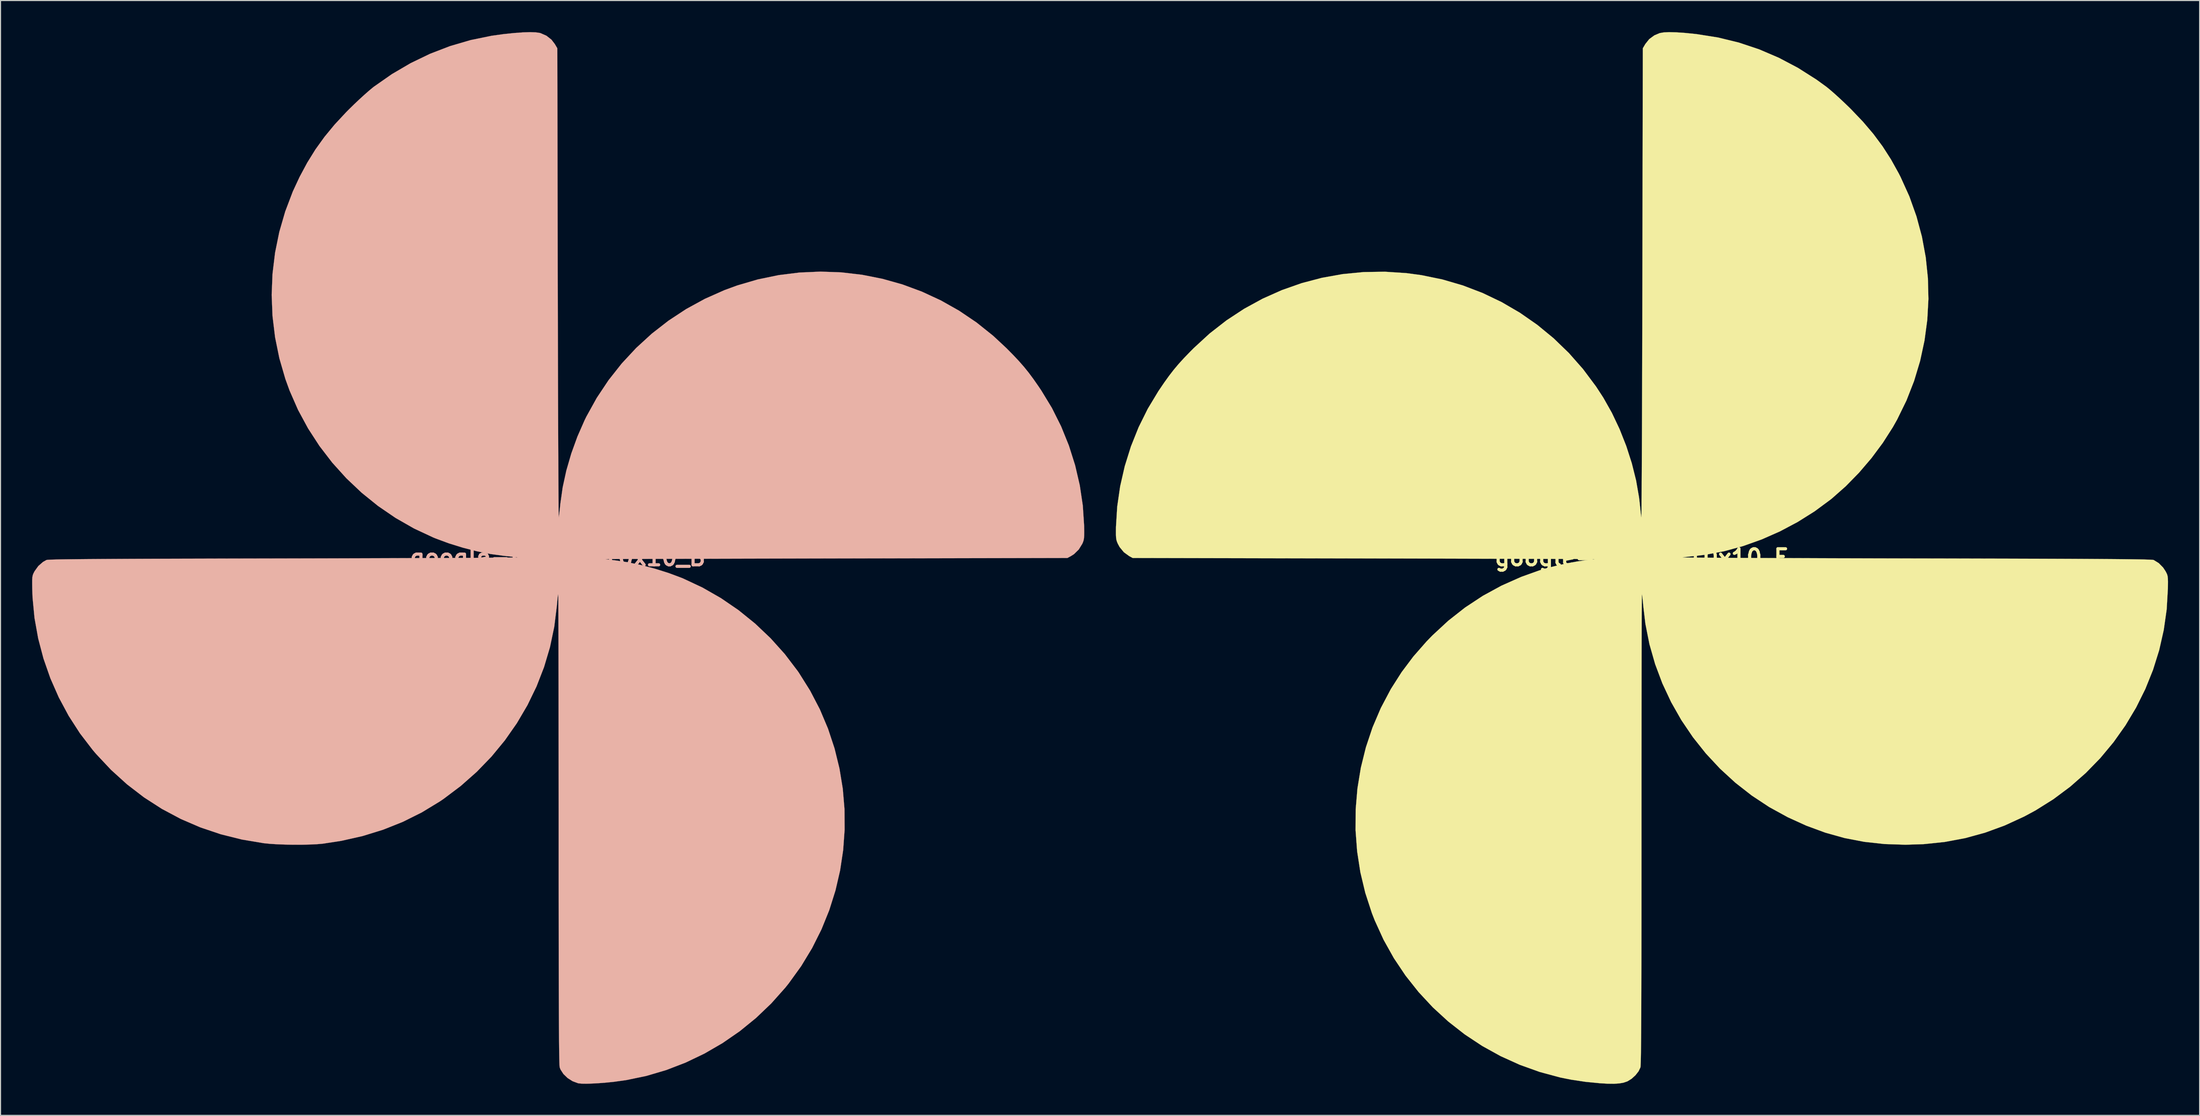
<source format=kicad_pcb>
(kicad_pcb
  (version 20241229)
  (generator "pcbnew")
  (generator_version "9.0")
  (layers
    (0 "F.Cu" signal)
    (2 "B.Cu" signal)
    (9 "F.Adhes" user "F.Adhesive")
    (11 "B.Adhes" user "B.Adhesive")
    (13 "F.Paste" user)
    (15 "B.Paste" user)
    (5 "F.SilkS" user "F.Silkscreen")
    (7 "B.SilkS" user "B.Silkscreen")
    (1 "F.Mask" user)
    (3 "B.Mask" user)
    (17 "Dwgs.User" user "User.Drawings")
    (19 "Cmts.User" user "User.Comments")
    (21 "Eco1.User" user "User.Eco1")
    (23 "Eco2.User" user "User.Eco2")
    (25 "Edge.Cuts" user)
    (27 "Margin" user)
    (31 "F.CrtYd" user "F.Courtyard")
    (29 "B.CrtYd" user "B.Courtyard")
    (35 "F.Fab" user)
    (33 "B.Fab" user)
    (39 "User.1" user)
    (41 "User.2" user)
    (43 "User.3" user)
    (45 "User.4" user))
  (footprint "google-photos_10x10_F"
    (layer "F.Cu")
    (at 152.789 49.925)
    (property "Reference" "google-photos_10x10_F" (at 0 0 0) (layer "F.SilkS") (effects (font (size 1.524 1.524) (thickness 0.3))))
    (attr through_hole)
    (fp_poly (pts (xy 3.302 -49.903) (xy 4.13 -49.847) (xy 5.099 -49.749) (xy 5.249 -49.732) (xy 7.266 -49.413) (xy 9.24 -48.931) (xy 11.167 -48.288) (xy 13.04 -47.486) (xy 14.855 -46.528) (xy 16.605 -45.416) (xy 17.544 -44.736) (xy 17.861 -44.479) (xy 18.266 -44.129) (xy 18.727 -43.713) (xy 19.214 -43.258) (xy 19.696 -42.794) (xy 19.902 -42.59) (xy 21.025 -41.413) (xy 22.013 -40.251) (xy 22.891 -39.068) (xy 23.687 -37.829) (xy 24.426 -36.497) (xy 24.597 -36.162) (xy 25.431 -34.317) (xy 26.106 -32.422) (xy 26.625 -30.49) (xy 26.987 -28.53) (xy 27.192 -26.553) (xy 27.242 -24.57) (xy 27.135 -22.59) (xy 26.872 -20.624) (xy 26.455 -18.683) (xy 25.882 -16.777) (xy 25.155 -14.917) (xy 24.273 -13.112) (xy 23.866 -12.388) (xy 22.914 -10.898) (xy 21.834 -9.444) (xy 20.65 -8.058) (xy 19.393 -6.773) (xy 18.089 -5.621) (xy 17.949 -5.508) (xy 16.432 -4.387) (xy 14.822 -3.376) (xy 13.141 -2.484) (xy 11.407 -1.719) (xy 9.641 -1.089) (xy 7.863 -0.604) (xy 6.093 -0.271) (xy 5.207 -0.163) (xy 4.782 -0.12) (xy 4.377 -0.075) (xy 4.047 -0.035) (xy 3.895 -0.015) (xy 3.945 -0.01) (xy 4.158 -0.004) (xy 4.527 0.001) (xy 5.044 0.007) (xy 5.704 0.012) (xy 6.499 0.018) (xy 7.422 0.024) (xy 8.467 0.03) (xy 9.627 0.035) (xy 10.895 0.041) (xy 12.265 0.047) (xy 13.728 0.052) (xy 15.28 0.057) (xy 16.912 0.063) (xy 18.618 0.068) (xy 20.392 0.072) (xy 22.226 0.077) (xy 24.114 0.081) (xy 25.95 0.085) (xy 28.335 0.089) (xy 30.557 0.094) (xy 32.619 0.099) (xy 34.528 0.103) (xy 36.288 0.108) (xy 37.906 0.113) (xy 39.385 0.118) (xy 40.733 0.123) (xy 41.953 0.129) (xy 43.051 0.135) (xy 44.032 0.141) (xy 44.902 0.147) (xy 45.666 0.154) (xy 46.33 0.161) (xy 46.897 0.169) (xy 47.374 0.177) (xy 47.766 0.185) (xy 48.079 0.195) (xy 48.317 0.204) (xy 48.485 0.215) (xy 48.59 0.226) (xy 48.632 0.235) (xy 49.109 0.53) (xy 49.524 0.951) (xy 49.746 1.285) (xy 49.844 1.467) (xy 49.912 1.623) (xy 49.954 1.789) (xy 49.976 2.001) (xy 49.984 2.293) (xy 49.98 2.703) (xy 49.976 2.947) (xy 49.862 4.929) (xy 49.584 6.885) (xy 49.15 8.804) (xy 48.564 10.677) (xy 47.832 12.497) (xy 46.96 14.253) (xy 45.954 15.938) (xy 44.819 17.541) (xy 43.561 19.054) (xy 42.185 20.468) (xy 40.698 21.774) (xy 39.104 22.963) (xy 37.41 24.026) (xy 36.337 24.605) (xy 34.496 25.453) (xy 32.631 26.137) (xy 30.732 26.66) (xy 28.787 27.024) (xy 26.786 27.232) (xy 25.061 27.287) (xy 23.066 27.221) (xy 21.148 27.011) (xy 19.285 26.653) (xy 17.458 26.142) (xy 15.645 25.474) (xy 13.89 24.675) (xy 12.134 23.711) (xy 10.472 22.614) (xy 8.91 21.393) (xy 7.454 20.056) (xy 6.111 18.613) (xy 4.886 17.073) (xy 3.785 15.445) (xy 2.816 13.738) (xy 1.984 11.961) (xy 1.295 10.123) (xy 0.756 8.233) (xy 0.373 6.301) (xy 0.171 4.596) (xy 0.135 4.189) (xy 0.099 3.846) (xy 0.068 3.601) (xy 0.044 3.488) (xy 0.042 3.485) (xy 0.039 3.565) (xy 0.035 3.807) (xy 0.031 4.205) (xy 0.028 4.751) (xy 0.025 5.438) (xy 0.022 6.261) (xy 0.019 7.21) (xy 0.016 8.28) (xy 0.013 9.464) (xy 0.011 10.755) (xy 0.009 12.145) (xy 0.007 13.628) (xy 0.005 15.197) (xy 0.004 16.845) (xy 0.002 18.564) (xy 0.001 20.349) (xy 0.001 22.191) (xy 0.000121 24.084) (xy 0 25.778) (xy -0.000179 28.211) (xy -0.001 30.479) (xy -0.002 32.587) (xy -0.003 34.539) (xy -0.005 36.341) (xy -0.007 37.997) (xy -0.01 39.511) (xy -0.013 40.888) (xy -0.017 42.133) (xy -0.021 43.251) (xy -0.026 44.246) (xy -0.031 45.122) (xy -0.037 45.885) (xy -0.044 46.539) (xy -0.051 47.089) (xy -0.059 47.539) (xy -0.067 47.894) (xy -0.077 48.159) (xy -0.087 48.338) (xy -0.098 48.436) (xy -0.101 48.449) (xy -0.277 48.816) (xy -0.569 49.188) (xy -0.931 49.518) (xy -1.316 49.759) (xy -1.36 49.778) (xy -1.699 49.893) (xy -2.103 49.965) (xy -2.596 49.998) (xy -3.203 49.992) (xy -3.933 49.95) (xy -5.317 49.814) (xy -6.679 49.609) (xy -7.705 49.404) (xy -9.661 48.877) (xy -11.554 48.197) (xy -13.377 47.371) (xy -15.122 46.405) (xy -16.781 45.307) (xy -18.346 44.082) (xy -19.809 42.739) (xy -21.162 41.283) (xy -22.398 39.723) (xy -23.509 38.063) (xy -24.487 36.312) (xy -25.324 34.477) (xy -25.595 33.782) (xy -26.222 31.859) (xy -26.689 29.901) (xy -26.995 27.918) (xy -27.143 25.923) (xy -27.133 23.925) (xy -26.966 21.937) (xy -26.643 19.969) (xy -26.165 18.033) (xy -25.533 16.139) (xy -24.748 14.299) (xy -23.81 12.523) (xy -23.781 12.473) (xy -22.775 10.892) (xy -21.662 9.407) (xy -20.416 7.984) (xy -19.855 7.405) (xy -18.345 6.006) (xy -16.751 4.752) (xy -15.068 3.641) (xy -13.292 2.671) (xy -11.419 1.838) (xy -9.715 1.227) (xy -8.872 0.978) (xy -7.943 0.743) (xy -6.988 0.534) (xy -6.069 0.366) (xy -5.292 0.257) (xy -4.944 0.217) (xy -4.659 0.181) (xy -4.48 0.156) (xy -4.445 0.149) (xy -4.521 0.147) (xy -4.759 0.145) (xy -5.153 0.142) (xy -5.695 0.14) (xy -6.379 0.137) (xy -7.196 0.133) (xy -8.141 0.13) (xy -9.207 0.127) (xy -10.385 0.123) (xy -11.67 0.119) (xy -13.055 0.115) (xy -14.531 0.112) (xy -16.093 0.108) (xy -17.734 0.104) (xy -19.445 0.1) (xy -21.221 0.096) (xy -23.055 0.092) (xy -24.938 0.088) (xy -26.331 0.085) (xy -48.302 0.042) (xy -48.641 -0.141) (xy -49.141 -0.505) (xy -49.544 -0.995) (xy -49.716 -1.312) (xy -49.795 -1.497) (xy -49.848 -1.674) (xy -49.879 -1.88) (xy -49.894 -2.152) (xy -49.895 -2.527) (xy -49.89 -2.921) (xy -49.772 -4.843) (xy -49.493 -6.769) (xy -49.057 -8.68) (xy -48.471 -10.557) (xy -47.741 -12.382) (xy -46.872 -14.136) (xy -45.87 -15.8) (xy -45.82 -15.875) (xy -45.315 -16.619) (xy -44.857 -17.258) (xy -44.413 -17.833) (xy -43.953 -18.381) (xy -43.444 -18.941) (xy -42.854 -19.552) (xy -42.509 -19.899) (xy -41.001 -21.286) (xy -39.402 -22.533) (xy -37.72 -23.638) (xy -35.964 -24.598) (xy -34.142 -25.41) (xy -32.264 -26.072) (xy -30.337 -26.58) (xy -28.371 -26.932) (xy -26.374 -27.126) (xy -24.354 -27.157) (xy -22.32 -27.025) (xy -20.9 -26.834) (xy -18.903 -26.424) (xy -16.961 -25.856) (xy -15.081 -25.136) (xy -13.272 -24.269) (xy -11.541 -23.259) (xy -9.895 -22.113) (xy -8.343 -20.836) (xy -6.891 -19.431) (xy -5.548 -17.906) (xy -4.321 -16.263) (xy -3.62 -15.187) (xy -2.807 -13.744) (xy -2.078 -12.203) (xy -1.444 -10.597) (xy -0.918 -8.959) (xy -0.51 -7.325) (xy -0.233 -5.728) (xy -0.163 -5.122) (xy -0.12 -4.697) (xy -0.075 -4.292) (xy -0.035 -3.963) (xy -0.015 -3.81) (xy -0.01 -3.86) (xy -0.004 -4.073) (xy 0.001 -4.442) (xy 0.007 -4.96) (xy 0.012 -5.619) (xy 0.018 -6.414) (xy 0.024 -7.338) (xy 0.03 -8.383) (xy 0.035 -9.543) (xy 0.041 -10.812) (xy 0.047 -12.182) (xy 0.052 -13.646) (xy 0.057 -15.198) (xy 0.063 -16.831) (xy 0.068 -18.538) (xy 0.072 -20.312) (xy 0.077 -22.147) (xy 0.081 -24.036) (xy 0.085 -25.908) (xy 0.127 -48.387) (xy 0.365 -48.793) (xy 0.733 -49.256) (xy 1.221 -49.615) (xy 1.728 -49.83) (xy 2.096 -49.895) (xy 2.622 -49.92) (xy 3.302 -49.903)) (stroke (width 0.01) (type solid)) (fill yes) (layer "F.SilkS")))
  (footprint "google-photos_10x10_B"
    (layer "F.Cu")
    (at 49.903 49.925)
    (property "Reference" "google-photos_10x10_B" (at 0 0 0) (layer "B.SilkS") (effects (font (size 1.524 1.524) (thickness 0.3))))
    (attr through_hole)
    (fp_poly (pts (xy -2.077 -49.901) (xy -1.686 -49.842) (xy -1.644 -49.83) (xy -1.074 -49.58) (xy -0.599 -49.207) (xy -0.281 -48.793) (xy -0.042 -48.387) (xy 0 -25.908) (xy 0.004 -23.974) (xy 0.008 -22.087) (xy 0.013 -20.254) (xy 0.017 -18.482) (xy 0.022 -16.777) (xy 0.027 -15.146) (xy 0.033 -13.597) (xy 0.038 -12.136) (xy 0.044 -10.769) (xy 0.05 -9.504) (xy 0.055 -8.348) (xy 0.061 -7.306) (xy 0.067 -6.387) (xy 0.073 -5.596) (xy 0.078 -4.941) (xy 0.084 -4.428) (xy 0.089 -4.064) (xy 0.094 -3.856) (xy 0.099 -3.81) (xy 0.132 -4.056) (xy 0.174 -4.415) (xy 0.219 -4.832) (xy 0.248 -5.122) (xy 0.466 -6.669) (xy 0.815 -8.271) (xy 1.285 -9.89) (xy 1.865 -11.492) (xy 2.544 -13.039) (xy 2.714 -13.387) (xy 3.701 -15.169) (xy 4.823 -16.855) (xy 6.074 -18.439) (xy 7.444 -19.913) (xy 8.927 -21.272) (xy 10.513 -22.507) (xy 12.195 -23.613) (xy 13.965 -24.581) (xy 15.815 -25.404) (xy 17.034 -25.852) (xy 18.994 -26.426) (xy 20.973 -26.835) (xy 22.961 -27.082) (xy 24.949 -27.168) (xy 26.928 -27.096) (xy 28.888 -26.868) (xy 30.821 -26.485) (xy 32.718 -25.951) (xy 34.569 -25.266) (xy 36.365 -24.434) (xy 38.098 -23.456) (xy 39.757 -22.335) (xy 41.335 -21.072) (xy 42.594 -19.899) (xy 43.237 -19.247) (xy 43.784 -18.665) (xy 44.266 -18.115) (xy 44.714 -17.559) (xy 45.16 -16.958) (xy 45.637 -16.273) (xy 45.905 -15.875) (xy 46.913 -14.215) (xy 47.788 -12.465) (xy 48.525 -10.643) (xy 49.118 -8.768) (xy 49.561 -6.859) (xy 49.848 -4.933) (xy 49.973 -3.01) (xy 49.974 -2.921) (xy 49.981 -2.438) (xy 49.977 -2.087) (xy 49.959 -1.832) (xy 49.923 -1.635) (xy 49.865 -1.46) (xy 49.801 -1.312) (xy 49.463 -0.764) (xy 49.014 -0.326) (xy 48.726 -0.141) (xy 48.387 0.042) (xy 26.416 0.085) (xy 24.5 0.089) (xy 22.63 0.093) (xy 20.812 0.097) (xy 19.053 0.101) (xy 17.36 0.105) (xy 15.74 0.109) (xy 14.201 0.113) (xy 12.749 0.116) (xy 11.391 0.12) (xy 10.135 0.124) (xy 8.987 0.128) (xy 7.954 0.131) (xy 7.043 0.134) (xy 6.262 0.138) (xy 5.616 0.14) (xy 5.114 0.143) (xy 4.763 0.146) (xy 4.568 0.148) (xy 4.53 0.149) (xy 4.647 0.168) (xy 4.89 0.199) (xy 5.214 0.239) (xy 5.376 0.257) (xy 6.591 0.438) (xy 7.887 0.709) (xy 9.212 1.056) (xy 10.514 1.466) (xy 11.739 1.923) (xy 11.911 1.994) (xy 13.736 2.85) (xy 15.489 3.854) (xy 17.16 4.998) (xy 18.735 6.272) (xy 20.204 7.666) (xy 21.555 9.171) (xy 22.776 10.777) (xy 22.877 10.922) (xy 23.957 12.643) (xy 24.884 14.424) (xy 25.657 16.257) (xy 26.277 18.131) (xy 26.744 20.038) (xy 27.06 21.967) (xy 27.223 23.91) (xy 27.235 25.858) (xy 27.096 27.8) (xy 26.806 29.728) (xy 26.366 31.631) (xy 25.777 33.502) (xy 25.037 35.33) (xy 24.149 37.105) (xy 23.112 38.819) (xy 21.927 40.462) (xy 21.603 40.867) (xy 20.272 42.363) (xy 18.828 43.743) (xy 17.282 45.002) (xy 15.644 46.133) (xy 13.926 47.13) (xy 12.139 47.986) (xy 10.295 48.697) (xy 8.405 49.255) (xy 6.479 49.655) (xy 5.286 49.819) (xy 4.575 49.89) (xy 3.892 49.943) (xy 3.265 49.978) (xy 2.72 49.993) (xy 2.282 49.987) (xy 1.979 49.959) (xy 1.925 49.948) (xy 1.405 49.755) (xy 0.93 49.452) (xy 0.537 49.072) (xy 0.261 48.645) (xy 0.184 48.446) (xy 0.173 48.368) (xy 0.163 48.206) (xy 0.154 47.957) (xy 0.145 47.615) (xy 0.137 47.175) (xy 0.13 46.635) (xy 0.123 45.988) (xy 0.117 45.23) (xy 0.111 44.358) (xy 0.106 43.365) (xy 0.102 42.249) (xy 0.098 41.004) (xy 0.095 39.626) (xy 0.092 38.11) (xy 0.09 36.452) (xy 0.088 34.648) (xy 0.086 32.692) (xy 0.085 30.581) (xy 0.085 28.309) (xy 0.085 25.873) (xy 0.085 25.778) (xy 0.085 23.846) (xy 0.084 21.959) (xy 0.083 20.123) (xy 0.082 18.346) (xy 0.081 16.635) (xy 0.079 14.997) (xy 0.078 13.439) (xy 0.076 11.967) (xy 0.073 10.588) (xy 0.071 9.311) (xy 0.068 8.141) (xy 0.065 7.085) (xy 0.062 6.151) (xy 0.059 5.345) (xy 0.056 4.675) (xy 0.053 4.147) (xy 0.049 3.768) (xy 0.046 3.546) (xy 0.042 3.485) (xy 0.02 3.581) (xy -0.011 3.812) (xy -0.046 4.145) (xy -0.082 4.547) (xy -0.086 4.596) (xy -0.331 6.571) (xy -0.737 8.511) (xy -1.3 10.405) (xy -2.015 12.247) (xy -2.877 14.026) (xy -3.88 15.736) (xy -5.019 17.366) (xy -6.29 18.91) (xy -7.688 20.357) (xy -9.206 21.7) (xy -10.84 22.931) (xy -11.205 23.179) (xy -12.908 24.215) (xy -14.701 25.109) (xy -16.578 25.859) (xy -18.535 26.464) (xy -20.564 26.921) (xy -22.31 27.188) (xy -22.854 27.236) (xy -23.525 27.268) (xy -24.282 27.285) (xy -25.084 27.286) (xy -25.89 27.272) (xy -26.658 27.243) (xy -27.347 27.199) (xy -27.898 27.144) (xy -29.977 26.796) (xy -31.988 26.294) (xy -33.929 25.64) (xy -35.793 24.836) (xy -37.578 23.885) (xy -39.279 22.789) (xy -40.892 21.55) (xy -42.412 20.171) (xy -43.836 18.654) (xy -44.155 18.279) (xy -45.358 16.709) (xy -46.433 15.041) (xy -47.372 13.29) (xy -48.172 11.47) (xy -48.826 9.596) (xy -49.329 7.682) (xy -49.677 5.742) (xy -49.863 3.79) (xy -49.892 2.947) (xy -49.898 2.47) (xy -49.897 2.126) (xy -49.882 1.881) (xy -49.85 1.698) (xy -49.795 1.542) (xy -49.712 1.376) (xy -49.661 1.285) (xy -49.314 0.804) (xy -48.875 0.419) (xy -48.547 0.235) (xy -48.492 0.224) (xy -48.378 0.213) (xy -48.198 0.203) (xy -47.949 0.193) (xy -47.624 0.184) (xy -47.218 0.175) (xy -46.727 0.167) (xy -46.144 0.16) (xy -45.465 0.153) (xy -44.685 0.146) (xy -43.797 0.14) (xy -42.797 0.134) (xy -41.679 0.128) (xy -40.439 0.122) (xy -39.071 0.117) (xy -37.569 0.112) (xy -35.929 0.107) (xy -34.145 0.103) (xy -32.211 0.098) (xy -30.124 0.093) (xy -27.877 0.089) (xy -25.866 0.085) (xy -23.933 0.081) (xy -22.048 0.077) (xy -20.217 0.072) (xy -18.447 0.067) (xy -16.744 0.062) (xy -15.115 0.057) (xy -13.568 0.052) (xy -12.109 0.046) (xy -10.745 0.041) (xy -9.482 0.035) (xy -8.327 0.029) (xy -7.288 0.024) (xy -6.371 0.018) (xy -5.583 0.012) (xy -4.93 0.006) (xy -4.42 0.001) (xy -4.059 -0.005) (xy -3.854 -0.01) (xy -3.81 -0.015) (xy -4.056 -0.047) (xy -4.415 -0.089) (xy -4.832 -0.134) (xy -5.122 -0.163) (xy -6.351 -0.33) (xy -7.662 -0.592) (xy -9.006 -0.935) (xy -10.336 -1.348) (xy -11.603 -1.817) (xy -11.826 -1.909) (xy -13.654 -2.765) (xy -15.4 -3.764) (xy -17.056 -4.896) (xy -18.614 -6.154) (xy -20.066 -7.528) (xy -21.404 -9.011) (xy -22.62 -10.594) (xy -23.706 -12.269) (xy -24.656 -14.026) (xy -25.459 -15.859) (xy -25.861 -16.967) (xy -26.431 -18.933) (xy -26.837 -20.926) (xy -27.08 -22.936) (xy -27.161 -24.953) (xy -27.08 -26.966) (xy -26.838 -28.966) (xy -26.436 -30.942) (xy -25.874 -32.883) (xy -25.154 -34.781) (xy -24.512 -36.162) (xy -23.783 -37.522) (xy -23.003 -38.78) (xy -22.146 -39.972) (xy -21.187 -41.136) (xy -20.099 -42.306) (xy -19.818 -42.59) (xy -19.348 -43.05) (xy -18.859 -43.513) (xy -18.383 -43.949) (xy -17.949 -44.332) (xy -17.588 -44.634) (xy -17.459 -44.736) (xy -15.747 -45.932) (xy -13.967 -46.975) (xy -12.125 -47.864) (xy -10.227 -48.595) (xy -8.279 -49.166) (xy -6.285 -49.576) (xy -5.165 -49.732) (xy -4.175 -49.835) (xy -3.327 -49.898) (xy -2.626 -49.92) (xy -2.077 -49.901)) (stroke (width 0.01) (type solid)) (fill yes) (layer "B.SilkS")))
  (gr_rect
    (start -3 -3)
    (end 205.778 102.928)
    (stroke (width 0.1) (type default))
    (fill no)
    (layer "Edge.Cuts")))
</source>
